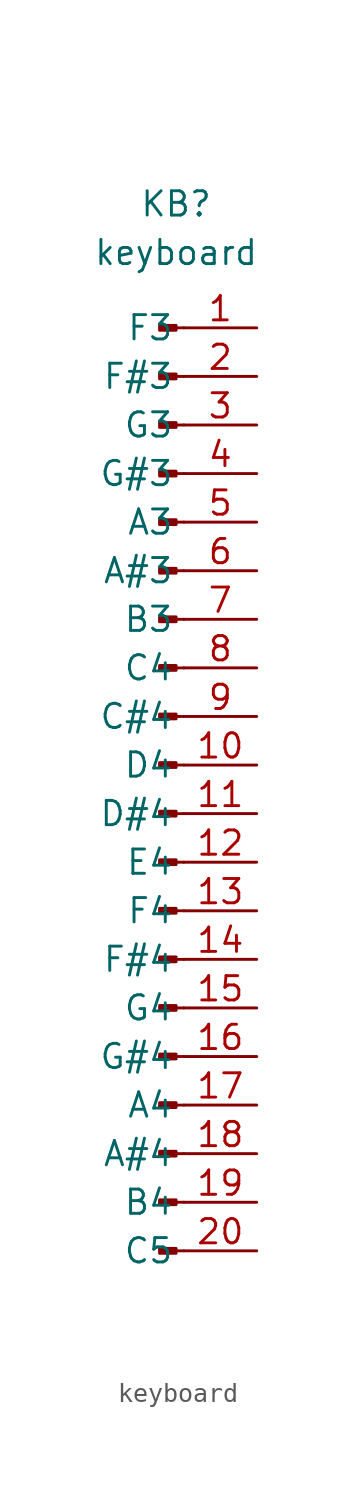
<source format=kicad_sym>
(kicad_symbol_lib
  (version 20211014)
  (generator kicad_symbol_editor)
  (symbol "keyboard"
    (property "Reference" "KB"
      (at 0 27.94 0)
      (effects (font (size 1.27 1.27))))
    (property "Value" "keyboard"
      (at 0 25.4 0)
      (effects (font (size 1.27 1.27))))
    (symbol "keyboard_1_1"
      (rectangle (start 0 -26.67) (end -0.864 -26.924) (stroke (width 0.152) (type default) (color 0 0 0 0)) (fill (type outline)))
      (rectangle (start 0 -24.13) (end -0.864 -24.384) (stroke (width 0.152) (type default) (color 0 0 0 0)) (fill (type outline)))
      (rectangle (start 0 -21.59) (end -0.864 -21.844) (stroke (width 0.152) (type default) (color 0 0 0 0)) (fill (type outline)))
      (rectangle (start 0 -19.05) (end -0.864 -19.304) (stroke (width 0.152) (type default) (color 0 0 0 0)) (fill (type outline)))
      (rectangle (start 0 -16.51) (end -0.864 -16.764) (stroke (width 0.152) (type default) (color 0 0 0 0)) (fill (type outline)))
      (rectangle (start 0 -13.97) (end -0.864 -14.224) (stroke (width 0.152) (type default) (color 0 0 0 0)) (fill (type outline)))
      (rectangle (start 0 -11.43) (end -0.864 -11.684) (stroke (width 0.152) (type default) (color 0 0 0 0)) (fill (type outline)))
      (rectangle (start 0 -8.89) (end -0.864 -9.144) (stroke (width 0.152) (type default) (color 0 0 0 0)) (fill (type outline)))
      (rectangle (start 0 -6.35) (end -0.864 -6.604) (stroke (width 0.152) (type default) (color 0 0 0 0)) (fill (type outline)))
      (rectangle (start 0 -3.81) (end -0.864 -4.064) (stroke (width 0.152) (type default) (color 0 0 0 0)) (fill (type outline)))
      (rectangle (start 0 -1.27) (end -0.864 -1.524) (stroke (width 0.152) (type default) (color 0 0 0 0)) (fill (type outline)))
      (polyline (pts (xy 0.406 -26.797) (xy 0 -26.797)) (stroke (width 0.152) (type default) (color 0 0 0 0)) (fill (type none)))
      (polyline (pts (xy 0.406 -24.257) (xy 0 -24.257)) (stroke (width 0.152) (type default) (color 0 0 0 0)) (fill (type none)))
      (polyline (pts (xy 0.406 -21.717) (xy 0 -21.717)) (stroke (width 0.152) (type default) (color 0 0 0 0)) (fill (type none)))
      (polyline (pts (xy 0.406 -19.177) (xy 0 -19.177)) (stroke (width 0.152) (type default) (color 0 0 0 0)) (fill (type none)))
      (polyline (pts (xy 0.406 -16.637) (xy 0 -16.637)) (stroke (width 0.152) (type default) (color 0 0 0 0)) (fill (type none)))
      (polyline (pts (xy 0.406 -14.097) (xy 0 -14.097)) (stroke (width 0.152) (type default) (color 0 0 0 0)) (fill (type none)))
      (polyline (pts (xy 0.406 -11.557) (xy 0 -11.557)) (stroke (width 0.152) (type default) (color 0 0 0 0)) (fill (type none)))
      (polyline (pts (xy 0.406 -9.017) (xy 0 -9.017)) (stroke (width 0.152) (type default) (color 0 0 0 0)) (fill (type none)))
      (polyline (pts (xy 0.406 -6.477) (xy 0 -6.477)) (stroke (width 0.152) (type default) (color 0 0 0 0)) (fill (type none)))
      (polyline (pts (xy 0.406 -3.937) (xy 0 -3.937)) (stroke (width 0.152) (type default) (color 0 0 0 0)) (fill (type none)))
      (polyline (pts (xy 0.406 -1.397) (xy 0 -1.397)) (stroke (width 0.152) (type default) (color 0 0 0 0)) (fill (type none)))
      (polyline (pts (xy 0.406 1.143) (xy 0 1.143)) (stroke (width 0.152) (type default) (color 0 0 0 0)) (fill (type none)))
      (polyline (pts (xy 0.406 3.683) (xy 0 3.683)) (stroke (width 0.152) (type default) (color 0 0 0 0)) (fill (type none)))
      (polyline (pts (xy 0.406 6.223) (xy 0 6.223)) (stroke (width 0.152) (type default) (color 0 0 0 0)) (fill (type none)))
      (polyline (pts (xy 0.406 8.763) (xy 0 8.763)) (stroke (width 0.152) (type default) (color 0 0 0 0)) (fill (type none)))
      (polyline (pts (xy 0.406 11.303) (xy 0 11.303)) (stroke (width 0.152) (type default) (color 0 0 0 0)) (fill (type none)))
      (polyline (pts (xy 0.406 13.843) (xy 0 13.843)) (stroke (width 0.152) (type default) (color 0 0 0 0)) (fill (type none)))
      (polyline (pts (xy 0.406 16.383) (xy 0 16.383)) (stroke (width 0.152) (type default) (color 0 0 0 0)) (fill (type none)))
      (polyline (pts (xy 0.406 18.923) (xy 0 18.923)) (stroke (width 0.152) (type default) (color 0 0 0 0)) (fill (type none)))
      (polyline (pts (xy 0.406 21.463) (xy 0 21.463)) (stroke (width 0.152) (type default) (color 0 0 0 0)) (fill (type none)))
      (rectangle (start 0 1.27) (end -0.864 1.016) (stroke (width 0.152) (type default) (color 0 0 0 0)) (fill (type outline)))
      (rectangle (start 0 3.81) (end -0.864 3.556) (stroke (width 0.152) (type default) (color 0 0 0 0)) (fill (type outline)))
      (rectangle (start 0 6.35) (end -0.864 6.096) (stroke (width 0.152) (type default) (color 0 0 0 0)) (fill (type outline)))
      (rectangle (start 0 8.89) (end -0.864 8.636) (stroke (width 0.152) (type default) (color 0 0 0 0)) (fill (type outline)))
      (rectangle (start 0 11.43) (end -0.864 11.176) (stroke (width 0.152) (type default) (color 0 0 0 0)) (fill (type outline)))
      (rectangle (start 0 13.97) (end -0.864 13.716) (stroke (width 0.152) (type default) (color 0 0 0 0)) (fill (type outline)))
      (rectangle (start 0 16.51) (end -0.864 16.256) (stroke (width 0.152) (type default) (color 0 0 0 0)) (fill (type outline)))
      (rectangle (start 0 19.05) (end -0.864 18.796) (stroke (width 0.152) (type default) (color 0 0 0 0)) (fill (type outline)))
      (rectangle (start 0 21.59) (end -0.864 21.336) (stroke (width 0.152) (type default) (color 0 0 0 0)) (fill (type outline)))
      (pin passive line (at 4.216 21.463 180) (length 3.81) (name "F3" (effects (font (size 1.27 1.27)))) (number "1" (effects (font (size 1.27 1.27)))))
      (pin passive line (at 4.216 -1.397 180) (length 3.81) (name "D4" (effects (font (size 1.27 1.27)))) (number "10" (effects (font (size 1.27 1.27)))))
      (pin passive line (at 4.216 -3.937 180) (length 3.81) (name "D#4" (effects (font (size 1.27 1.27)))) (number "11" (effects (font (size 1.27 1.27)))))
      (pin passive line (at 4.216 -6.477 180) (length 3.81) (name "E4" (effects (font (size 1.27 1.27)))) (number "12" (effects (font (size 1.27 1.27)))))
      (pin passive line (at 4.216 -9.017 180) (length 3.81) (name "F4" (effects (font (size 1.27 1.27)))) (number "13" (effects (font (size 1.27 1.27)))))
      (pin passive line (at 4.216 -11.557 180) (length 3.81) (name "F#4" (effects (font (size 1.27 1.27)))) (number "14" (effects (font (size 1.27 1.27)))))
      (pin passive line (at 4.216 -14.097 180) (length 3.81) (name "G4" (effects (font (size 1.27 1.27)))) (number "15" (effects (font (size 1.27 1.27)))))
      (pin passive line (at 4.216 -16.637 180) (length 3.81) (name "G#4" (effects (font (size 1.27 1.27)))) (number "16" (effects (font (size 1.27 1.27)))))
      (pin passive line (at 4.216 -19.177 180) (length 3.81) (name "A4" (effects (font (size 1.27 1.27)))) (number "17" (effects (font (size 1.27 1.27)))))
      (pin passive line (at 4.216 -21.717 180) (length 3.81) (name "A#4" (effects (font (size 1.27 1.27)))) (number "18" (effects (font (size 1.27 1.27)))))
      (pin passive line (at 4.216 -24.257 180) (length 3.81) (name "B4" (effects (font (size 1.27 1.27)))) (number "19" (effects (font (size 1.27 1.27)))))
      (pin passive line (at 4.216 18.923 180) (length 3.81) (name "F#3" (effects (font (size 1.27 1.27)))) (number "2" (effects (font (size 1.27 1.27)))))
      (pin passive line (at 4.216 -26.797 180) (length 3.81) (name "C5" (effects (font (size 1.27 1.27)))) (number "20" (effects (font (size 1.27 1.27)))))
      (pin passive line (at 4.216 16.383 180) (length 3.81) (name "G3" (effects (font (size 1.27 1.27)))) (number "3" (effects (font (size 1.27 1.27)))))
      (pin passive line (at 4.216 13.843 180) (length 3.81) (name "G#3" (effects (font (size 1.27 1.27)))) (number "4" (effects (font (size 1.27 1.27)))))
      (pin passive line (at 4.216 11.303 180) (length 3.81) (name "A3" (effects (font (size 1.27 1.27)))) (number "5" (effects (font (size 1.27 1.27)))))
      (pin passive line (at 4.216 8.763 180) (length 3.81) (name "A#3" (effects (font (size 1.27 1.27)))) (number "6" (effects (font (size 1.27 1.27)))))
      (pin passive line (at 4.216 6.223 180) (length 3.81) (name "B3" (effects (font (size 1.27 1.27)))) (number "7" (effects (font (size 1.27 1.27)))))
      (pin passive line (at 4.216 3.683 180) (length 3.81) (name "C4" (effects (font (size 1.27 1.27)))) (number "8" (effects (font (size 1.27 1.27)))))
      (pin passive line (at 4.216 1.143 180) (length 3.81) (name "C#4" (effects (font (size 1.27 1.27)))) (number "9" (effects (font (size 1.27 1.27))))))))
</source>
